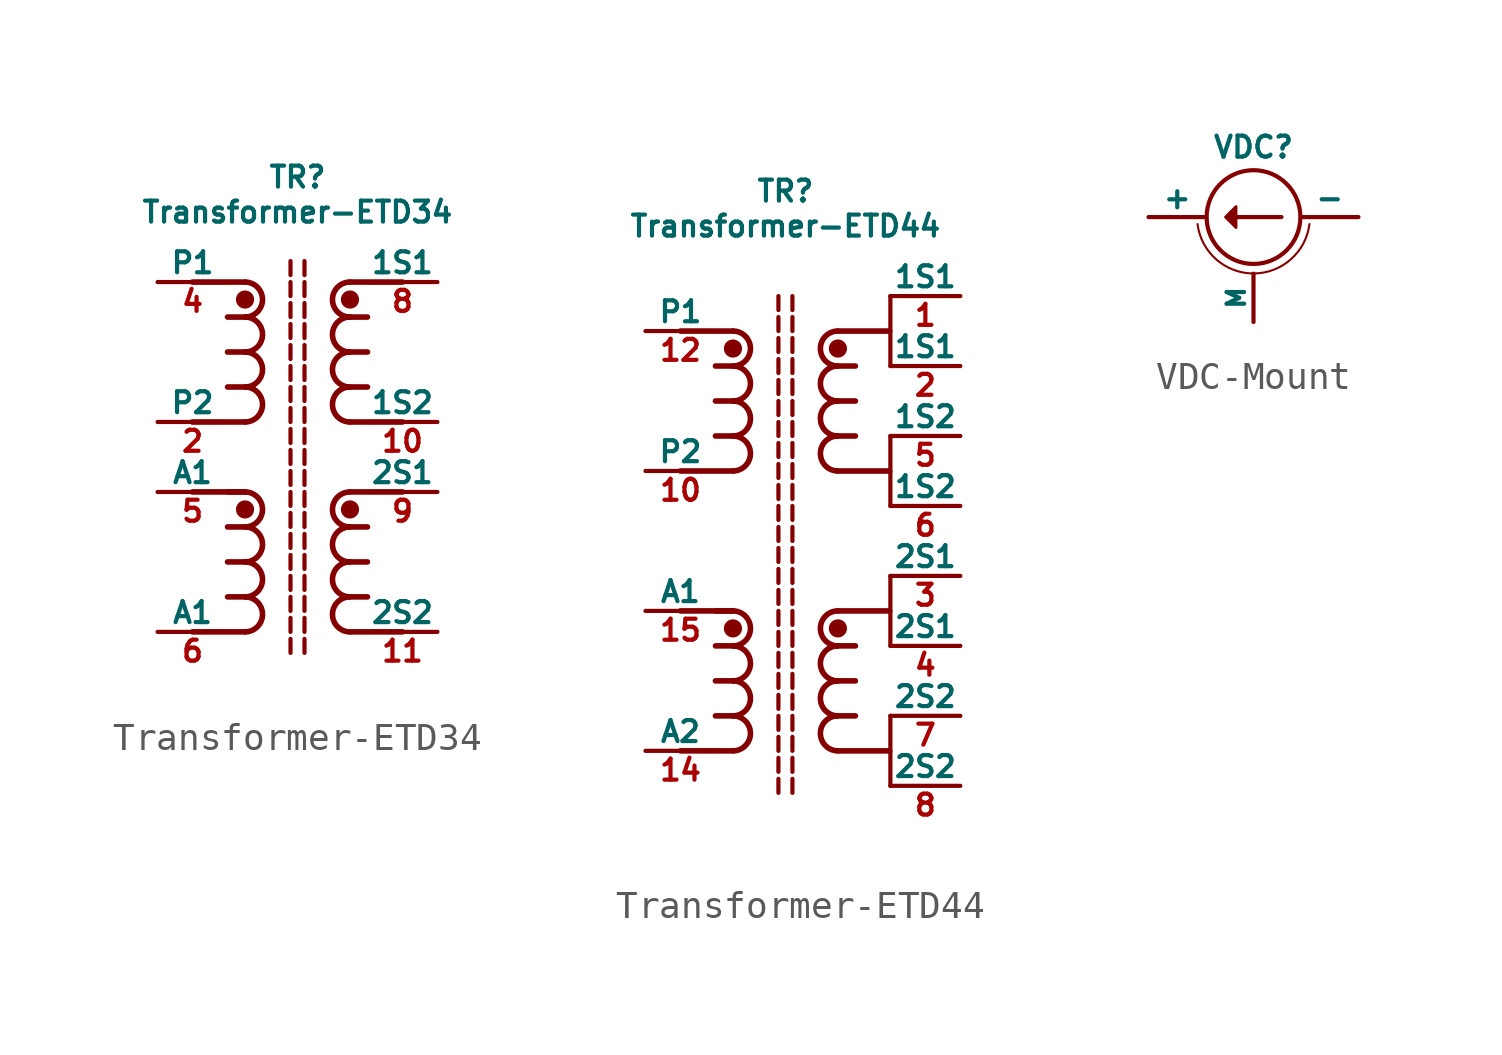
<source format=kicad_sym>
(kicad_symbol_lib
  (version 20231120)
  (generator "kicad_symbol_editor")
  (generator_version "8.0")
  (symbol "Transformer-ETD34"
    (pin_names
      (offset 0))
    (property "Reference" "TR"
      (at 0 10.16 0)
      (effects (font (size 0.762 0.762))))
    (property "Value" "Transformer-ETD34"
      (at 0 8.89 0)
      (effects (font (size 0.762 0.762))))
    (symbol "Transformer-ETD34_1_1"
      (circle (center -1.905 -1.905) (radius 0.254) (stroke (width 0) (type default)) (fill (type outline)))
      (circle (center -1.905 5.715) (radius 0.254) (stroke (width 0) (type default)) (fill (type outline)))
      (arc (start -1.8937 -6.35) (mid -1.2699 -5.715) (end -1.8937 -5.08) (stroke (width 0.2032) (type default)) (fill (type none)))
      (arc (start -1.8937 -5.08) (mid -1.2699 -4.445) (end -1.8937 -3.81) (stroke (width 0.2032) (type default)) (fill (type none)))
      (arc (start -1.8937 -3.81) (mid -1.2699 -3.175) (end -1.8937 -2.54) (stroke (width 0.2032) (type default)) (fill (type none)))
      (arc (start -1.8937 -2.54) (mid -1.2699 -1.905) (end -1.8937 -1.27) (stroke (width 0.2032) (type default)) (fill (type none)))
      (arc (start -1.8937 1.27) (mid -1.2699 1.905) (end -1.8937 2.54) (stroke (width 0.2032) (type default)) (fill (type none)))
      (arc (start -1.8937 2.54) (mid -1.2699 3.175) (end -1.8937 3.81) (stroke (width 0.2032) (type default)) (fill (type none)))
      (arc (start -1.8937 3.81) (mid -1.2699 4.445) (end -1.8937 5.08) (stroke (width 0.2032) (type default)) (fill (type none)))
      (arc (start -1.8937 5.08) (mid -1.2699 5.715) (end -1.8937 6.35) (stroke (width 0.2032) (type default)) (fill (type none)))
      (polyline (pts (xy -1.905 -6.35) (xy -3.81 -6.35)) (stroke (width 0.203) (type default)) (fill (type none)))
      (polyline (pts (xy -1.905 -5.08) (xy -2.54 -5.08)) (stroke (width 0.203) (type default)) (fill (type none)))
      (polyline (pts (xy -1.905 -3.81) (xy -2.54 -3.81)) (stroke (width 0.203) (type default)) (fill (type none)))
      (polyline (pts (xy -1.905 -2.54) (xy -2.54 -2.54)) (stroke (width 0.203) (type default)) (fill (type none)))
      (polyline (pts (xy -1.905 -1.27) (xy -3.81 -1.27)) (stroke (width 0.203) (type default)) (fill (type none)))
      (polyline (pts (xy -1.905 -1.27) (xy -2.54 -1.27)) (stroke (width 0.203) (type default)) (fill (type none)))
      (polyline (pts (xy -1.905 1.27) (xy -3.81 1.27)) (stroke (width 0.203) (type default)) (fill (type none)))
      (polyline (pts (xy -1.905 2.54) (xy -2.54 2.54)) (stroke (width 0.203) (type default)) (fill (type none)))
      (polyline (pts (xy -1.905 3.81) (xy -2.54 3.81)) (stroke (width 0.203) (type default)) (fill (type none)))
      (polyline (pts (xy -1.905 5.08) (xy -2.54 5.08)) (stroke (width 0.203) (type default)) (fill (type none)))
      (polyline (pts (xy -1.905 6.35) (xy -3.81 6.35)) (stroke (width 0.203) (type default)) (fill (type none)))
      (polyline (pts (xy -0.254 -7.112) (xy -0.254 -6.604)) (stroke (width 0) (type solid)) (fill (type none)))
      (polyline (pts (xy -0.254 -6.35) (xy -0.254 -5.842)) (stroke (width 0) (type solid)) (fill (type none)))
      (polyline (pts (xy -0.254 -5.588) (xy -0.254 -5.08)) (stroke (width 0) (type solid)) (fill (type none)))
      (polyline (pts (xy -0.254 -4.826) (xy -0.254 -4.318)) (stroke (width 0) (type solid)) (fill (type none)))
      (polyline (pts (xy -0.254 -4.064) (xy -0.254 -3.556)) (stroke (width 0) (type solid)) (fill (type none)))
      (polyline (pts (xy -0.254 -3.302) (xy -0.254 -2.794)) (stroke (width 0) (type solid)) (fill (type none)))
      (polyline (pts (xy -0.254 -2.54) (xy -0.254 -2.032)) (stroke (width 0) (type solid)) (fill (type none)))
      (polyline (pts (xy -0.254 -1.778) (xy -0.254 -1.27)) (stroke (width 0) (type solid)) (fill (type none)))
      (polyline (pts (xy -0.254 -1.016) (xy -0.254 -0.508)) (stroke (width 0) (type solid)) (fill (type none)))
      (polyline (pts (xy -0.254 -0.254) (xy -0.254 0.254)) (stroke (width 0) (type solid)) (fill (type none)))
      (polyline (pts (xy -0.254 0.508) (xy -0.254 1.016)) (stroke (width 0) (type solid)) (fill (type none)))
      (polyline (pts (xy -0.254 1.27) (xy -0.254 1.778)) (stroke (width 0) (type solid)) (fill (type none)))
      (polyline (pts (xy -0.254 2.032) (xy -0.254 2.54)) (stroke (width 0) (type solid)) (fill (type none)))
      (polyline (pts (xy -0.254 2.794) (xy -0.254 3.302)) (stroke (width 0) (type solid)) (fill (type none)))
      (polyline (pts (xy -0.254 3.556) (xy -0.254 4.064)) (stroke (width 0) (type solid)) (fill (type none)))
      (polyline (pts (xy -0.254 4.318) (xy -0.254 4.826)) (stroke (width 0) (type solid)) (fill (type none)))
      (polyline (pts (xy -0.254 5.08) (xy -0.254 5.588)) (stroke (width 0) (type solid)) (fill (type none)))
      (polyline (pts (xy -0.254 5.842) (xy -0.254 6.35)) (stroke (width 0) (type solid)) (fill (type none)))
      (polyline (pts (xy -0.254 6.604) (xy -0.254 7.112)) (stroke (width 0) (type solid)) (fill (type none)))
      (polyline (pts (xy 0.254 -7.112) (xy 0.254 -6.604)) (stroke (width 0) (type solid)) (fill (type none)))
      (polyline (pts (xy 0.254 -6.35) (xy 0.254 -5.842)) (stroke (width 0) (type solid)) (fill (type none)))
      (polyline (pts (xy 0.254 -5.588) (xy 0.254 -5.08)) (stroke (width 0) (type solid)) (fill (type none)))
      (polyline (pts (xy 0.254 -4.826) (xy 0.254 -4.318)) (stroke (width 0) (type solid)) (fill (type none)))
      (polyline (pts (xy 0.254 -4.064) (xy 0.254 -3.556)) (stroke (width 0) (type solid)) (fill (type none)))
      (polyline (pts (xy 0.254 -3.302) (xy 0.254 -2.794)) (stroke (width 0) (type solid)) (fill (type none)))
      (polyline (pts (xy 0.254 -2.54) (xy 0.254 -2.032)) (stroke (width 0) (type solid)) (fill (type none)))
      (polyline (pts (xy 0.254 -1.778) (xy 0.254 -1.27)) (stroke (width 0) (type solid)) (fill (type none)))
      (polyline (pts (xy 0.254 -1.016) (xy 0.254 -0.508)) (stroke (width 0) (type solid)) (fill (type none)))
      (polyline (pts (xy 0.254 -0.254) (xy 0.254 0.254)) (stroke (width 0) (type solid)) (fill (type none)))
      (polyline (pts (xy 0.254 0.508) (xy 0.254 1.016)) (stroke (width 0) (type solid)) (fill (type none)))
      (polyline (pts (xy 0.254 1.27) (xy 0.254 1.778)) (stroke (width 0) (type solid)) (fill (type none)))
      (polyline (pts (xy 0.254 2.032) (xy 0.254 2.54)) (stroke (width 0) (type solid)) (fill (type none)))
      (polyline (pts (xy 0.254 2.794) (xy 0.254 3.302)) (stroke (width 0) (type solid)) (fill (type none)))
      (polyline (pts (xy 0.254 3.556) (xy 0.254 4.064)) (stroke (width 0) (type solid)) (fill (type none)))
      (polyline (pts (xy 0.254 4.318) (xy 0.254 4.826)) (stroke (width 0) (type solid)) (fill (type none)))
      (polyline (pts (xy 0.254 5.08) (xy 0.254 5.588)) (stroke (width 0) (type solid)) (fill (type none)))
      (polyline (pts (xy 0.254 5.842) (xy 0.254 6.35)) (stroke (width 0) (type solid)) (fill (type none)))
      (polyline (pts (xy 0.254 6.604) (xy 0.254 7.112)) (stroke (width 0) (type solid)) (fill (type none)))
      (polyline (pts (xy 1.905 -6.35) (xy 3.81 -6.35)) (stroke (width 0.203) (type default)) (fill (type none)))
      (polyline (pts (xy 1.905 -5.08) (xy 2.54 -5.08)) (stroke (width 0.203) (type default)) (fill (type none)))
      (polyline (pts (xy 1.905 -3.81) (xy 2.54 -3.81)) (stroke (width 0.203) (type default)) (fill (type none)))
      (polyline (pts (xy 1.905 -2.54) (xy 2.54 -2.54)) (stroke (width 0.203) (type default)) (fill (type none)))
      (polyline (pts (xy 1.905 -1.27) (xy 3.81 -1.27)) (stroke (width 0.203) (type default)) (fill (type none)))
      (polyline (pts (xy 1.905 1.27) (xy 3.81 1.27)) (stroke (width 0.203) (type default)) (fill (type none)))
      (polyline (pts (xy 1.905 2.54) (xy 2.54 2.54)) (stroke (width 0.203) (type default)) (fill (type none)))
      (polyline (pts (xy 1.905 3.81) (xy 2.54 3.81)) (stroke (width 0.203) (type default)) (fill (type none)))
      (polyline (pts (xy 1.905 5.08) (xy 2.54 5.08)) (stroke (width 0.203) (type default)) (fill (type none)))
      (polyline (pts (xy 1.905 6.35) (xy 3.81 6.35)) (stroke (width 0.203) (type default)) (fill (type none)))
      (arc (start 1.8937 -5.08) (mid 1.2699 -5.715) (end 1.8937 -6.35) (stroke (width 0.2032) (type default)) (fill (type none)))
      (arc (start 1.8937 -3.81) (mid 1.2699 -4.445) (end 1.8937 -5.08) (stroke (width 0.2032) (type default)) (fill (type none)))
      (arc (start 1.8937 -2.54) (mid 1.2699 -3.175) (end 1.8937 -3.81) (stroke (width 0.2032) (type default)) (fill (type none)))
      (arc (start 1.8937 -1.27) (mid 1.2699 -1.905) (end 1.8937 -2.54) (stroke (width 0.2032) (type default)) (fill (type none)))
      (arc (start 1.8937 2.54) (mid 1.2699 1.905) (end 1.8937 1.27) (stroke (width 0.2032) (type default)) (fill (type none)))
      (arc (start 1.8937 3.81) (mid 1.2699 3.175) (end 1.8937 2.54) (stroke (width 0.2032) (type default)) (fill (type none)))
      (arc (start 1.8937 5.08) (mid 1.2699 4.445) (end 1.8937 3.81) (stroke (width 0.2032) (type default)) (fill (type none)))
      (arc (start 1.8937 6.35) (mid 1.2699 5.715) (end 1.8937 5.08) (stroke (width 0.2032) (type default)) (fill (type none)))
      (circle (center 1.905 -1.905) (radius 0.254) (stroke (width 0) (type default)) (fill (type outline)))
      (circle (center 1.905 5.715) (radius 0.254) (stroke (width 0) (type default)) (fill (type outline)))
      (pin passive line (at 5.08 1.27 180) (length 2.54) (name "1S2" (effects (font (size 0.762 0.762)))) (number "10" (effects (font (size 0.762 0.762)))))
      (pin passive line (at 5.08 -6.35 180) (length 2.54) (name "2S2" (effects (font (size 0.762 0.762)))) (number "11" (effects (font (size 0.762 0.762)))))
      (pin passive line (at -5.08 1.27 0) (length 2.54) (name "P2" (effects (font (size 0.762 0.762)))) (number "2" (effects (font (size 0.762 0.762)))))
      (pin passive line (at -5.08 6.35 0) (length 2.54) (name "P1" (effects (font (size 0.762 0.762)))) (number "4" (effects (font (size 0.762 0.762)))))
      (pin passive line (at -5.08 -1.27 0) (length 2.54) (name "A1" (effects (font (size 0.762 0.762)))) (number "5" (effects (font (size 0.762 0.762)))))
      (pin passive line (at -5.08 -6.35 0) (length 2.54) (name "A1" (effects (font (size 0.762 0.762)))) (number "6" (effects (font (size 0.762 0.762)))))
      (pin passive line (at 5.08 6.35 180) (length 2.54) (name "1S1" (effects (font (size 0.762 0.762)))) (number "8" (effects (font (size 0.762 0.762)))))
      (pin passive line (at 5.08 -1.27 180) (length 2.54) (name "2S1" (effects (font (size 0.762 0.762)))) (number "9" (effects (font (size 0.762 0.762)))))))
  (symbol "Transformer-ETD44"
    (pin_names
      (offset 0))
    (property "Reference" "TR"
      (at 0 12.7 0)
      (effects (font (size 0.762 0.762))))
    (property "Value" "Transformer-ETD44"
      (at 0 11.43 0)
      (effects (font (size 0.762 0.762))))
    (symbol "Transformer-ETD44_0_1"
      (polyline (pts (xy 3.81 -6.35) (xy 3.81 -8.89)) (stroke (width 0) (type default)) (fill (type none)))
      (polyline (pts (xy 3.81 -1.27) (xy 3.81 -3.81)) (stroke (width 0) (type default)) (fill (type none)))
      (polyline (pts (xy 3.81 3.81) (xy 3.81 1.27)) (stroke (width 0) (type default)) (fill (type none)))
      (polyline (pts (xy 3.81 8.89) (xy 3.81 6.35)) (stroke (width 0) (type default)) (fill (type none))))
    (symbol "Transformer-ETD44_1_1"
      (circle (center -1.905 -3.175) (radius 0.254) (stroke (width 0) (type default)) (fill (type outline)))
      (circle (center -1.905 6.985) (radius 0.254) (stroke (width 0) (type default)) (fill (type outline)))
      (arc (start -1.8937 -7.62) (mid -1.2699 -6.985) (end -1.8937 -6.35) (stroke (width 0.2032) (type default)) (fill (type none)))
      (arc (start -1.8937 -6.35) (mid -1.2699 -5.715) (end -1.8937 -5.08) (stroke (width 0.2032) (type default)) (fill (type none)))
      (arc (start -1.8937 -5.08) (mid -1.2699 -4.445) (end -1.8937 -3.81) (stroke (width 0.2032) (type default)) (fill (type none)))
      (arc (start -1.8937 -3.81) (mid -1.2699 -3.175) (end -1.8937 -2.54) (stroke (width 0.2032) (type default)) (fill (type none)))
      (arc (start -1.8937 2.54) (mid -1.2699 3.175) (end -1.8937 3.81) (stroke (width 0.2032) (type default)) (fill (type none)))
      (arc (start -1.8937 3.81) (mid -1.2699 4.445) (end -1.8937 5.08) (stroke (width 0.2032) (type default)) (fill (type none)))
      (arc (start -1.8937 5.08) (mid -1.2699 5.715) (end -1.8937 6.35) (stroke (width 0.2032) (type default)) (fill (type none)))
      (arc (start -1.8937 6.35) (mid -1.2699 6.985) (end -1.8937 7.62) (stroke (width 0.2032) (type default)) (fill (type none)))
      (polyline (pts (xy -1.905 -7.62) (xy -3.81 -7.62)) (stroke (width 0.203) (type default)) (fill (type none)))
      (polyline (pts (xy -1.905 -6.35) (xy -2.54 -6.35)) (stroke (width 0.203) (type default)) (fill (type none)))
      (polyline (pts (xy -1.905 -5.08) (xy -2.54 -5.08)) (stroke (width 0.203) (type default)) (fill (type none)))
      (polyline (pts (xy -1.905 -3.81) (xy -2.54 -3.81)) (stroke (width 0.203) (type default)) (fill (type none)))
      (polyline (pts (xy -1.905 -2.54) (xy -3.81 -2.54)) (stroke (width 0.203) (type default)) (fill (type none)))
      (polyline (pts (xy -1.905 -2.54) (xy -2.54 -2.54)) (stroke (width 0.203) (type default)) (fill (type none)))
      (polyline (pts (xy -1.905 2.54) (xy -3.81 2.54)) (stroke (width 0.203) (type default)) (fill (type none)))
      (polyline (pts (xy -1.905 3.81) (xy -2.54 3.81)) (stroke (width 0.203) (type default)) (fill (type none)))
      (polyline (pts (xy -1.905 5.08) (xy -2.54 5.08)) (stroke (width 0.203) (type default)) (fill (type none)))
      (polyline (pts (xy -1.905 6.35) (xy -2.54 6.35)) (stroke (width 0.203) (type default)) (fill (type none)))
      (polyline (pts (xy -1.905 7.62) (xy -3.81 7.62)) (stroke (width 0.203) (type default)) (fill (type none)))
      (polyline (pts (xy -0.254 -9.144) (xy -0.254 -8.636)) (stroke (width 0) (type solid)) (fill (type none)))
      (polyline (pts (xy -0.254 -8.382) (xy -0.254 -7.874)) (stroke (width 0) (type solid)) (fill (type none)))
      (polyline (pts (xy -0.254 -7.62) (xy -0.254 -7.112)) (stroke (width 0) (type solid)) (fill (type none)))
      (polyline (pts (xy -0.254 -6.858) (xy -0.254 -6.35)) (stroke (width 0) (type solid)) (fill (type none)))
      (polyline (pts (xy -0.254 -6.096) (xy -0.254 -5.588)) (stroke (width 0) (type solid)) (fill (type none)))
      (polyline (pts (xy -0.254 -5.334) (xy -0.254 -4.826)) (stroke (width 0) (type solid)) (fill (type none)))
      (polyline (pts (xy -0.254 -4.572) (xy -0.254 -4.064)) (stroke (width 0) (type solid)) (fill (type none)))
      (polyline (pts (xy -0.254 -3.81) (xy -0.254 -3.302)) (stroke (width 0) (type solid)) (fill (type none)))
      (polyline (pts (xy -0.254 -3.048) (xy -0.254 -2.54)) (stroke (width 0) (type solid)) (fill (type none)))
      (polyline (pts (xy -0.254 -2.286) (xy -0.254 -1.778)) (stroke (width 0) (type solid)) (fill (type none)))
      (polyline (pts (xy -0.254 -1.524) (xy -0.254 -1.016)) (stroke (width 0) (type solid)) (fill (type none)))
      (polyline (pts (xy -0.254 -0.762) (xy -0.254 -0.254)) (stroke (width 0) (type solid)) (fill (type none)))
      (polyline (pts (xy -0.254 0) (xy -0.254 0.508)) (stroke (width 0) (type solid)) (fill (type none)))
      (polyline (pts (xy -0.254 0.762) (xy -0.254 1.27)) (stroke (width 0) (type solid)) (fill (type none)))
      (polyline (pts (xy -0.254 1.524) (xy -0.254 2.032)) (stroke (width 0) (type solid)) (fill (type none)))
      (polyline (pts (xy -0.254 2.286) (xy -0.254 2.794)) (stroke (width 0) (type solid)) (fill (type none)))
      (polyline (pts (xy -0.254 3.048) (xy -0.254 3.556)) (stroke (width 0) (type solid)) (fill (type none)))
      (polyline (pts (xy -0.254 3.81) (xy -0.254 4.318)) (stroke (width 0) (type solid)) (fill (type none)))
      (polyline (pts (xy -0.254 4.572) (xy -0.254 5.08)) (stroke (width 0) (type solid)) (fill (type none)))
      (polyline (pts (xy -0.254 5.334) (xy -0.254 5.842)) (stroke (width 0) (type solid)) (fill (type none)))
      (polyline (pts (xy -0.254 6.096) (xy -0.254 6.604)) (stroke (width 0) (type solid)) (fill (type none)))
      (polyline (pts (xy -0.254 6.858) (xy -0.254 7.366)) (stroke (width 0) (type solid)) (fill (type none)))
      (polyline (pts (xy -0.254 7.62) (xy -0.254 8.128)) (stroke (width 0) (type solid)) (fill (type none)))
      (polyline (pts (xy -0.254 8.382) (xy -0.254 8.89)) (stroke (width 0) (type solid)) (fill (type none)))
      (polyline (pts (xy 0.254 -9.144) (xy 0.254 -8.636)) (stroke (width 0) (type solid)) (fill (type none)))
      (polyline (pts (xy 0.254 -8.382) (xy 0.254 -7.874)) (stroke (width 0) (type solid)) (fill (type none)))
      (polyline (pts (xy 0.254 -7.62) (xy 0.254 -7.112)) (stroke (width 0) (type solid)) (fill (type none)))
      (polyline (pts (xy 0.254 -6.858) (xy 0.254 -6.35)) (stroke (width 0) (type solid)) (fill (type none)))
      (polyline (pts (xy 0.254 -6.096) (xy 0.254 -5.588)) (stroke (width 0) (type solid)) (fill (type none)))
      (polyline (pts (xy 0.254 -5.334) (xy 0.254 -4.826)) (stroke (width 0) (type solid)) (fill (type none)))
      (polyline (pts (xy 0.254 -4.572) (xy 0.254 -4.064)) (stroke (width 0) (type solid)) (fill (type none)))
      (polyline (pts (xy 0.254 -3.81) (xy 0.254 -3.302)) (stroke (width 0) (type solid)) (fill (type none)))
      (polyline (pts (xy 0.254 -3.048) (xy 0.254 -2.54)) (stroke (width 0) (type solid)) (fill (type none)))
      (polyline (pts (xy 0.254 -2.286) (xy 0.254 -1.778)) (stroke (width 0) (type solid)) (fill (type none)))
      (polyline (pts (xy 0.254 -1.524) (xy 0.254 -1.016)) (stroke (width 0) (type solid)) (fill (type none)))
      (polyline (pts (xy 0.254 -0.762) (xy 0.254 -0.254)) (stroke (width 0) (type solid)) (fill (type none)))
      (polyline (pts (xy 0.254 0) (xy 0.254 0.508)) (stroke (width 0) (type solid)) (fill (type none)))
      (polyline (pts (xy 0.254 0.762) (xy 0.254 1.27)) (stroke (width 0) (type solid)) (fill (type none)))
      (polyline (pts (xy 0.254 1.524) (xy 0.254 2.032)) (stroke (width 0) (type solid)) (fill (type none)))
      (polyline (pts (xy 0.254 2.286) (xy 0.254 2.794)) (stroke (width 0) (type solid)) (fill (type none)))
      (polyline (pts (xy 0.254 3.048) (xy 0.254 3.556)) (stroke (width 0) (type solid)) (fill (type none)))
      (polyline (pts (xy 0.254 3.81) (xy 0.254 4.318)) (stroke (width 0) (type solid)) (fill (type none)))
      (polyline (pts (xy 0.254 4.572) (xy 0.254 5.08)) (stroke (width 0) (type solid)) (fill (type none)))
      (polyline (pts (xy 0.254 5.334) (xy 0.254 5.842)) (stroke (width 0) (type solid)) (fill (type none)))
      (polyline (pts (xy 0.254 6.096) (xy 0.254 6.604)) (stroke (width 0) (type solid)) (fill (type none)))
      (polyline (pts (xy 0.254 6.858) (xy 0.254 7.366)) (stroke (width 0) (type solid)) (fill (type none)))
      (polyline (pts (xy 0.254 7.62) (xy 0.254 8.128)) (stroke (width 0) (type solid)) (fill (type none)))
      (polyline (pts (xy 0.254 8.382) (xy 0.254 8.89)) (stroke (width 0) (type solid)) (fill (type none)))
      (polyline (pts (xy 1.905 -7.62) (xy 3.785 -7.62)) (stroke (width 0.203) (type default)) (fill (type none)))
      (polyline (pts (xy 1.905 -6.35) (xy 2.54 -6.35)) (stroke (width 0.203) (type default)) (fill (type none)))
      (polyline (pts (xy 1.905 -5.08) (xy 2.54 -5.08)) (stroke (width 0.203) (type default)) (fill (type none)))
      (polyline (pts (xy 1.905 -3.81) (xy 2.54 -3.81)) (stroke (width 0.203) (type default)) (fill (type none)))
      (polyline (pts (xy 1.905 -2.54) (xy 3.785 -2.54)) (stroke (width 0.203) (type default)) (fill (type none)))
      (polyline (pts (xy 1.905 2.54) (xy 3.785 2.54)) (stroke (width 0.203) (type default)) (fill (type none)))
      (polyline (pts (xy 1.905 3.81) (xy 2.54 3.81)) (stroke (width 0.203) (type default)) (fill (type none)))
      (polyline (pts (xy 1.905 5.08) (xy 2.54 5.08)) (stroke (width 0.203) (type default)) (fill (type none)))
      (polyline (pts (xy 1.905 6.35) (xy 2.54 6.35)) (stroke (width 0.203) (type default)) (fill (type none)))
      (polyline (pts (xy 1.905 7.62) (xy 3.785 7.62)) (stroke (width 0.203) (type default)) (fill (type none)))
      (arc (start 1.8937 -6.35) (mid 1.2699 -6.985) (end 1.8937 -7.62) (stroke (width 0.2032) (type default)) (fill (type none)))
      (arc (start 1.8937 -5.08) (mid 1.2699 -5.715) (end 1.8937 -6.35) (stroke (width 0.2032) (type default)) (fill (type none)))
      (arc (start 1.8937 -3.81) (mid 1.2699 -4.445) (end 1.8937 -5.08) (stroke (width 0.2032) (type default)) (fill (type none)))
      (arc (start 1.8937 -2.54) (mid 1.2699 -3.175) (end 1.8937 -3.81) (stroke (width 0.2032) (type default)) (fill (type none)))
      (arc (start 1.8937 3.81) (mid 1.2699 3.175) (end 1.8937 2.54) (stroke (width 0.2032) (type default)) (fill (type none)))
      (arc (start 1.8937 5.08) (mid 1.2699 4.445) (end 1.8937 3.81) (stroke (width 0.2032) (type default)) (fill (type none)))
      (arc (start 1.8937 6.35) (mid 1.2699 5.715) (end 1.8937 5.08) (stroke (width 0.2032) (type default)) (fill (type none)))
      (arc (start 1.8937 7.62) (mid 1.2699 6.985) (end 1.8937 6.35) (stroke (width 0.2032) (type default)) (fill (type none)))
      (circle (center 1.905 -3.175) (radius 0.254) (stroke (width 0) (type default)) (fill (type outline)))
      (circle (center 1.905 6.985) (radius 0.254) (stroke (width 0) (type default)) (fill (type outline)))
      (pin passive line (at 6.35 8.89 180) (length 2.54) (name "1S1" (effects (font (size 0.762 0.762)))) (number "1" (effects (font (size 0.762 0.762)))))
      (pin passive line (at -5.08 2.54 0) (length 2.54) (name "P2" (effects (font (size 0.762 0.762)))) (number "10" (effects (font (size 0.762 0.762)))))
      (pin passive line (at -5.08 7.62 0) (length 2.54) (name "P1" (effects (font (size 0.762 0.762)))) (number "12" (effects (font (size 0.762 0.762)))))
      (pin passive line (at -5.08 -7.62 0) (length 2.54) (name "A2" (effects (font (size 0.762 0.762)))) (number "14" (effects (font (size 0.762 0.762)))))
      (pin passive line (at -5.08 -2.54 0) (length 2.54) (name "A1" (effects (font (size 0.762 0.762)))) (number "15" (effects (font (size 0.762 0.762)))))
      (pin passive line (at 6.35 6.35 180) (length 2.54) (name "1S1" (effects (font (size 0.762 0.762)))) (number "2" (effects (font (size 0.762 0.762)))))
      (pin passive line (at 6.35 -1.27 180) (length 2.54) (name "2S1" (effects (font (size 0.762 0.762)))) (number "3" (effects (font (size 0.762 0.762)))))
      (pin passive line (at 6.35 -3.81 180) (length 2.54) (name "2S1" (effects (font (size 0.762 0.762)))) (number "4" (effects (font (size 0.762 0.762)))))
      (pin passive line (at 6.35 3.81 180) (length 2.54) (name "1S2" (effects (font (size 0.762 0.762)))) (number "5" (effects (font (size 0.762 0.762)))))
      (pin passive line (at 6.35 1.27 180) (length 2.54) (name "1S2" (effects (font (size 0.762 0.762)))) (number "6" (effects (font (size 0.762 0.762)))))
      (pin passive line (at 6.35 -6.35 180) (length 2.54) (name "2S2" (effects (font (size 0.762 0.762)))) (number "7" (effects (font (size 0.762 0.762)))))
      (pin passive line (at 6.35 -8.89 180) (length 2.54) (name "2S2" (effects (font (size 0.762 0.762)))) (number "8" (effects (font (size 0.762 0.762)))))))
  (symbol "VDC-Mount"
    (pin_numbers hide)
    (pin_names
      (offset 0))
    (property "Reference" "VDC"
      (at 0 2.54 0)
      (effects (font (size 0.762 0.762))))
    (symbol "VDC-Mount_0_1"
      (arc (start -2.032 -0.254) (mid 0 -2.0478) (end 2.032 -0.254) (stroke (width 0.0762) (type solid)) (fill (type none)))
      (polyline (pts (xy -0.762 0) (xy 1.016 0)) (stroke (width 0) (type solid)) (fill (type none)))
      (polyline (pts (xy -1.016 0) (xy -0.635 0.381) (xy -0.635 -0.381) (xy -1.016 0)) (stroke (width 0.102) (type solid)) (fill (type outline)))
      (circle (center 0 0) (radius 1.702) (stroke (width 0) (type solid)) (fill (type none))))
    (symbol "VDC-Mount_1_1"
      (pin power_out line (at -3.81 0 0) (length 2.083) (name "+" (effects (font (size 0.762 0.762)))) (number "1" (effects (font (size 0.762 0.762)))))
      (pin power_out line (at 3.81 0 180) (length 2.083) (name "-" (effects (font (size 0.762 0.762)))) (number "2" (effects (font (size 0.762 0.762)))))
      (pin passive line (at 0 -3.81 90) (length 1.753) (name "M" (effects (font (size 0.635 0.635)))) (number "3" (effects (font (size 0.762 0.762))))))))
</source>
